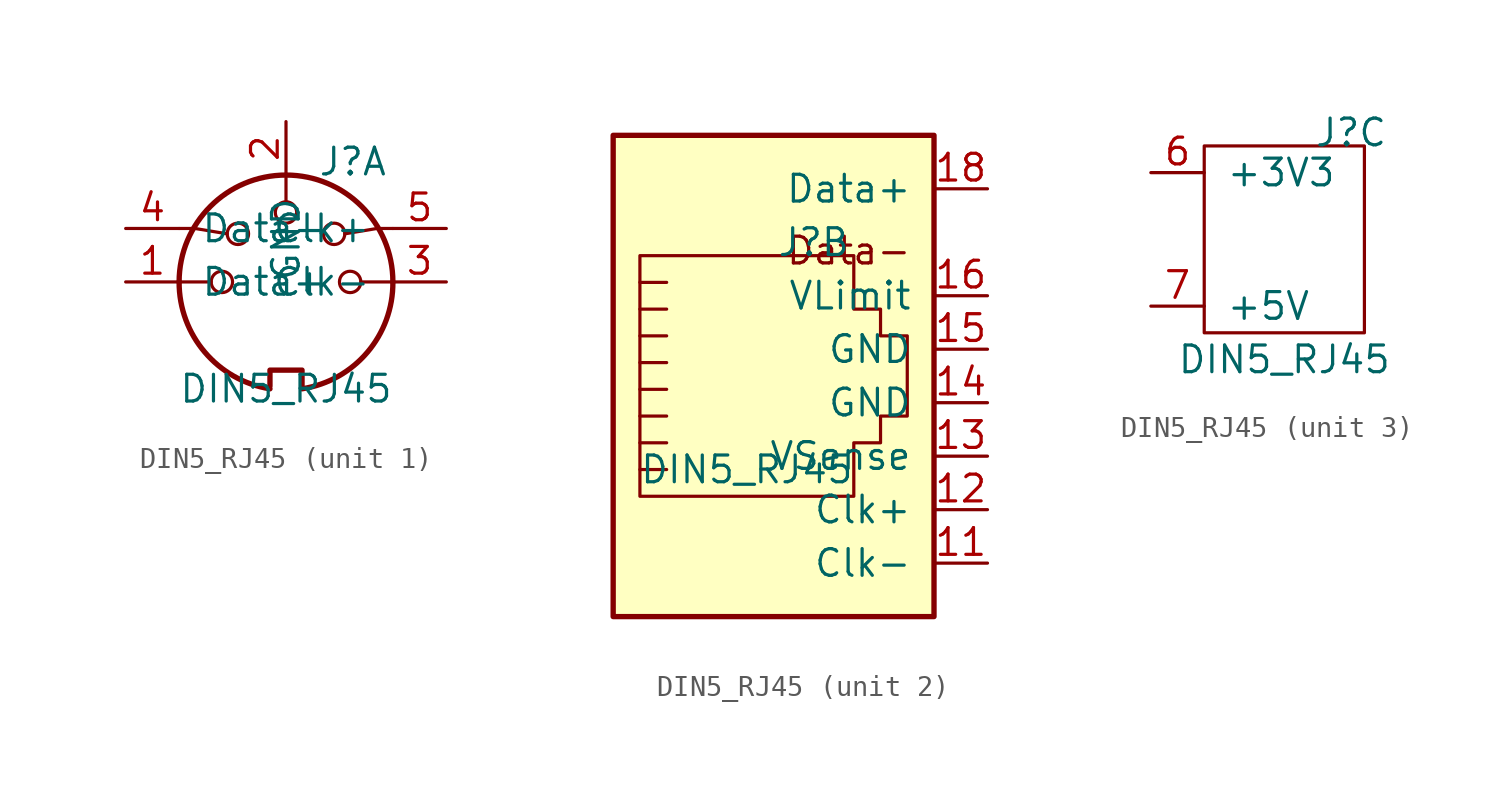
<source format=kicad_sym>
(kicad_symbol_lib
  (version 20220914)
  (generator kicad_symbol_editor)
  (symbol "DIN5_RJ45"
    (pin_names
      (offset 1.016))
    (property "Reference" "J"
      (at 3.175 5.715 0)
      (effects (font (size 1.27 1.27))))
    (property "Value" "DIN5_RJ45"
      (at 0 -5.08 0)
      (effects (font (size 1.27 1.27))))
    (property "ki_locked" ""
      (at 0 0 0)
      (effects (font (size 1.27 1.27))))
    (symbol "DIN5_RJ45_1_1"
      (arc (start -5.08 0) (mid -3.8609 -3.3364) (end -0.762 -5.08) (stroke (width 0.254) (type default)) (fill (type none)))
      (circle (center -3.048 0) (radius 0.508) (stroke (width 0) (type default)) (fill (type none)))
      (circle (center -2.286 2.286) (radius 0.508) (stroke (width 0) (type default)) (fill (type none)))
      (polyline (pts (xy -5.08 0) (xy -3.556 0)) (stroke (width 0) (type default)) (fill (type none)))
      (polyline (pts (xy 0 5.08) (xy 0 3.81)) (stroke (width 0) (type default)) (fill (type none)))
      (polyline (pts (xy 5.08 0) (xy 3.556 0)) (stroke (width 0) (type default)) (fill (type none)))
      (polyline (pts (xy -5.08 2.54) (xy -4.318 2.54) (xy -2.794 2.286)) (stroke (width 0) (type default)) (fill (type none)))
      (polyline (pts (xy 5.08 2.54) (xy 4.318 2.54) (xy 2.794 2.286)) (stroke (width 0) (type default)) (fill (type none)))
      (polyline (pts (xy -0.762 -4.953) (xy -0.762 -4.191) (xy 0.762 -4.191) (xy 0.762 -4.953)) (stroke (width 0.254) (type default)) (fill (type none)))
      (circle (center 0 3.302) (radius 0.508) (stroke (width 0) (type default)) (fill (type none)))
      (arc (start 0.762 -5.08) (mid 3.8685 -3.343) (end 5.08 0) (stroke (width 0.254) (type default)) (fill (type none)))
      (circle (center 2.286 2.286) (radius 0.508) (stroke (width 0) (type default)) (fill (type none)))
      (circle (center 3.048 0) (radius 0.508) (stroke (width 0) (type default)) (fill (type none)))
      (arc (start 5.08 0) (mid 0 5.0579) (end -5.08 0) (stroke (width 0.254) (type default)) (fill (type none)))
      (pin passive line (at -7.62 0 0) (length 2.54) (name "Data+" (effects (font (size 1.27 1.27)))) (number "1" (effects (font (size 1.27 1.27)))))
      (pin passive line (at 0 7.62 270) (length 2.54) (name "GND" (effects (font (size 1.27 1.27)))) (number "2" (effects (font (size 1.27 1.27)))))
      (pin passive line (at 7.62 0 180) (length 2.54) (name "Clk-" (effects (font (size 1.27 1.27)))) (number "3" (effects (font (size 1.27 1.27)))))
      (pin passive line (at -7.62 2.54 0) (length 2.54) (name "Data-" (effects (font (size 1.27 1.27)))) (number "4" (effects (font (size 1.27 1.27)))))
      (pin passive line (at 7.62 2.54 180) (length 2.54) (name "Clk+" (effects (font (size 1.27 1.27)))) (number "5" (effects (font (size 1.27 1.27))))))
    (symbol "DIN5_RJ45_2_0"
      (text "Data-" (at 7.874 4.572 0) (effects (font (size 1.27 1.27)) (justify right bottom))))
    (symbol "DIN5_RJ45_2_1"
      (polyline (pts (xy -3.81 2.54) (xy -5.08 2.54)) (stroke (width 0) (type default)) (fill (type none)))
      (polyline (pts (xy -3.81 3.81) (xy -5.08 3.81)) (stroke (width 0) (type default)) (fill (type none)))
      (polyline (pts (xy -5.08 -5.08) (xy -3.81 -5.08) (xy -3.81 -5.08)) (stroke (width 0) (type default)) (fill (type none)))
      (polyline (pts (xy -5.08 -3.81) (xy -3.81 -3.81) (xy -3.81 -3.81)) (stroke (width 0) (type default)) (fill (type none)))
      (polyline (pts (xy -5.08 -2.54) (xy -3.81 -2.54) (xy -3.81 -2.54)) (stroke (width 0) (type default)) (fill (type none)))
      (polyline (pts (xy -5.08 -1.27) (xy -3.81 -1.27) (xy -3.81 -1.27)) (stroke (width 0) (type default)) (fill (type none)))
      (polyline (pts (xy -5.08 0) (xy -3.81 0) (xy -3.81 0)) (stroke (width 0) (type default)) (fill (type none)))
      (polyline (pts (xy -3.81 1.27) (xy -5.08 1.27) (xy -5.08 1.27)) (stroke (width 0) (type default)) (fill (type none)))
      (polyline (pts (xy -5.08 -6.35) (xy -5.08 5.08) (xy 5.08 5.08) (xy 5.08 2.54) (xy 6.35 2.54) (xy 6.35 1.27) (xy 7.62 1.27) (xy 7.62 -2.54) (xy 6.35 -2.54) (xy 6.35 -3.81) (xy 5.08 -3.81) (xy 5.08 -6.35) (xy -5.08 -6.35) (xy -5.08 -6.35)) (stroke (width 0) (type default)) (fill (type none)))
      (rectangle (start 8.89 10.795) (end -6.35 -12.065) (stroke (width 0.254) (type default)) (fill (type background)))
      (pin passive line (at 11.43 -9.525 180) (length 2.54) (name "Clk-" (effects (font (size 1.27 1.27)))) (number "11" (effects (font (size 1.27 1.27)))))
      (pin passive line (at 11.43 -6.985 180) (length 2.54) (name "Clk+" (effects (font (size 1.27 1.27)))) (number "12" (effects (font (size 1.27 1.27)))))
      (pin passive line (at 11.43 -4.445 180) (length 2.54) (name "VSense" (effects (font (size 1.27 1.27)))) (number "13" (effects (font (size 1.27 1.27)))))
      (pin passive line (at 11.43 -1.905 180) (length 2.54) (name "GND" (effects (font (size 1.27 1.27)))) (number "14" (effects (font (size 1.27 1.27)))))
      (pin passive line (at 11.43 0.635 180) (length 2.54) (name "GND" (effects (font (size 1.27 1.27)))) (number "15" (effects (font (size 1.27 1.27)))))
      (pin passive line (at 11.43 3.175 180) (length 2.54) (name "VLimit" (effects (font (size 1.27 1.27)))) (number "16" (effects (font (size 1.27 1.27)))))
      (pin passive line (at 11.43 8.255 180) (length 2.54) (name "Data+" (effects (font (size 1.27 1.27)))) (number "18" (effects (font (size 1.27 1.27))))))
    (symbol "DIN5_RJ45_3_1"
      (rectangle (start -3.81 5.08) (end 3.81 -3.81) (stroke (width 0) (type default)) (fill (type none)))
      (pin power_in line (at -6.35 3.81 0) (length 2.54) (name "+3V3" (effects (font (size 1.27 1.27)))) (number "6" (effects (font (size 1.27 1.27)))))
      (pin power_in line (at -6.35 -2.54 0) (length 2.54) (name "+5V" (effects (font (size 1.27 1.27)))) (number "7" (effects (font (size 1.27 1.27))))))))
</source>
